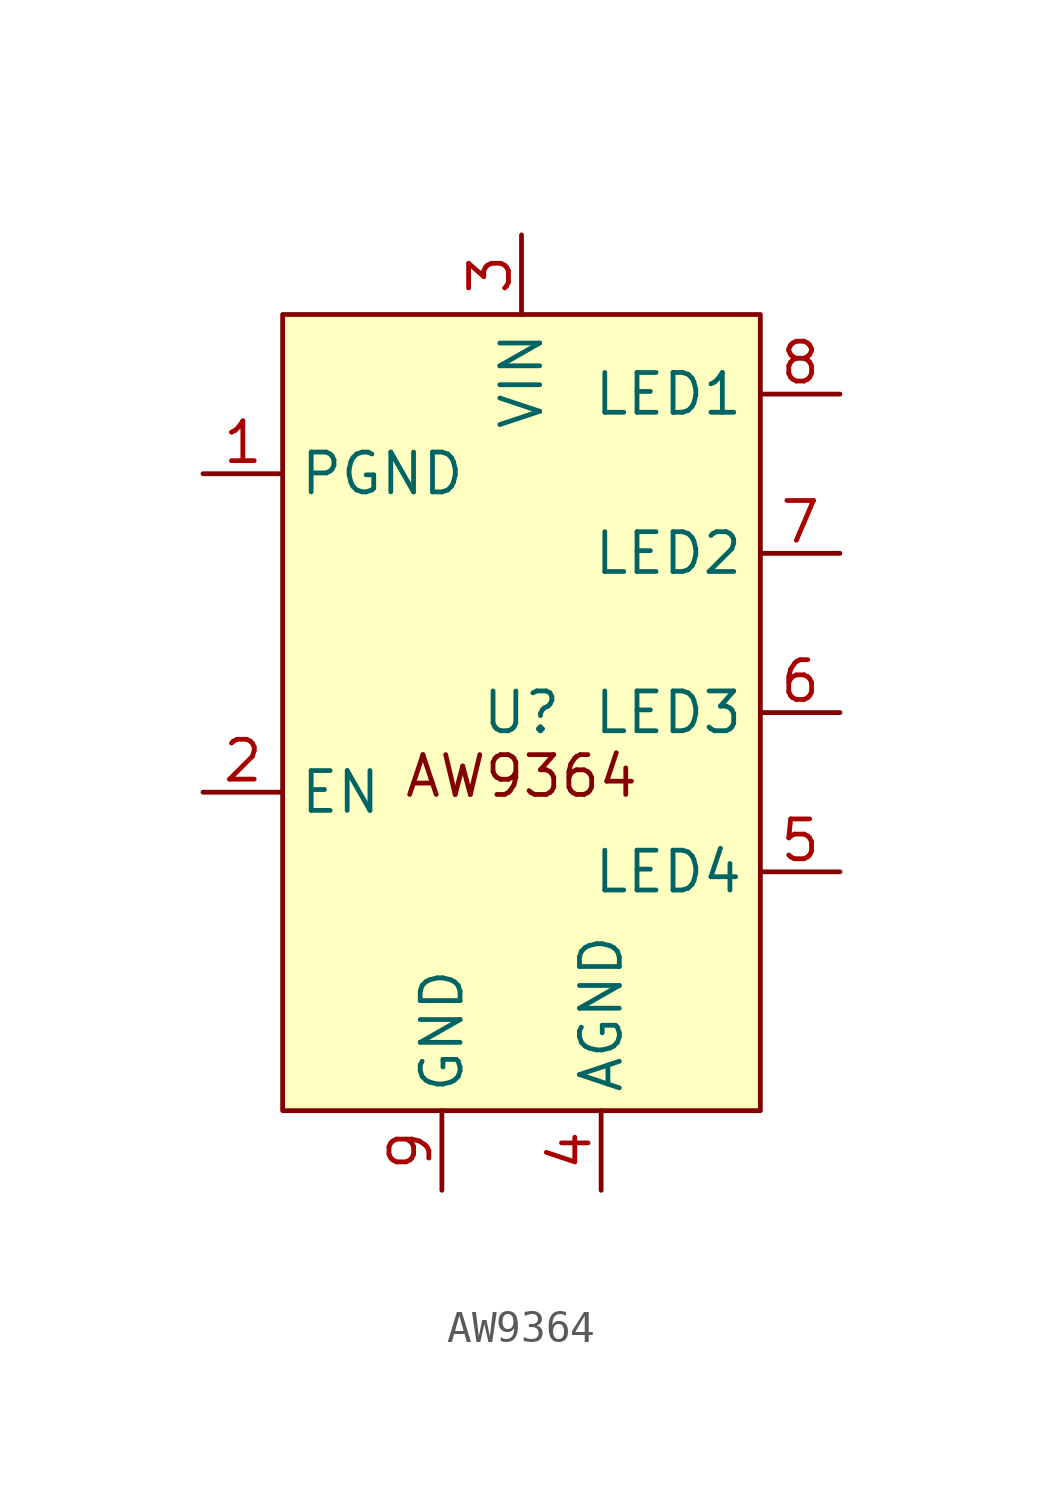
<source format=kicad_sym>
(kicad_symbol_lib
  (version 20241209)
  (generator "kicad_symbol_editor")
  (generator_version "9.0")
  (symbol "AW9364"
    (property "Reference" "U"
      (at 0 0 0)
      (effects (font (size 1.27 1.27))))
    (property "Value" ""
      (at 0 0 0)
      (effects (font (size 1.27 1.27))))
    (symbol "AW9364_1_1"
      (rectangle (start -7.62 12.7) (end 7.62 -12.7) (stroke (width 0) (type solid)) (fill (type background)))
      (text "AW9364" (at 0 -2.032 0) (effects (font (size 1.27 1.27))))
      (pin power_in line (at -10.16 7.62 0) (length 2.54) (name "PGND" (effects (font (size 1.27 1.27)))) (number "1" (effects (font (size 1.27 1.27)))))
      (pin input line (at -10.16 -2.54 0) (length 2.54) (name "EN" (effects (font (size 1.27 1.27)))) (number "2" (effects (font (size 1.27 1.27)))))
      (pin input line (at -2.54 -15.24 90) (length 2.54) (name "GND" (effects (font (size 1.27 1.27)))) (number "9" (effects (font (size 1.27 1.27)))))
      (pin power_in line (at 0 15.24 270) (length 2.54) (name "VIN" (effects (font (size 1.27 1.27)))) (number "3" (effects (font (size 1.27 1.27)))))
      (pin power_in line (at 2.54 -15.24 90) (length 2.54) (name "AGND" (effects (font (size 1.27 1.27)))) (number "4" (effects (font (size 1.27 1.27)))))
      (pin input line (at 10.16 10.16 180) (length 2.54) (name "LED1" (effects (font (size 1.27 1.27)))) (number "8" (effects (font (size 1.27 1.27)))))
      (pin input line (at 10.16 5.08 180) (length 2.54) (name "LED2" (effects (font (size 1.27 1.27)))) (number "7" (effects (font (size 1.27 1.27)))))
      (pin input line (at 10.16 0 180) (length 2.54) (name "LED3" (effects (font (size 1.27 1.27)))) (number "6" (effects (font (size 1.27 1.27)))))
      (pin input line (at 10.16 -5.08 180) (length 2.54) (name "LED4" (effects (font (size 1.27 1.27)))) (number "5" (effects (font (size 1.27 1.27))))))))
</source>
